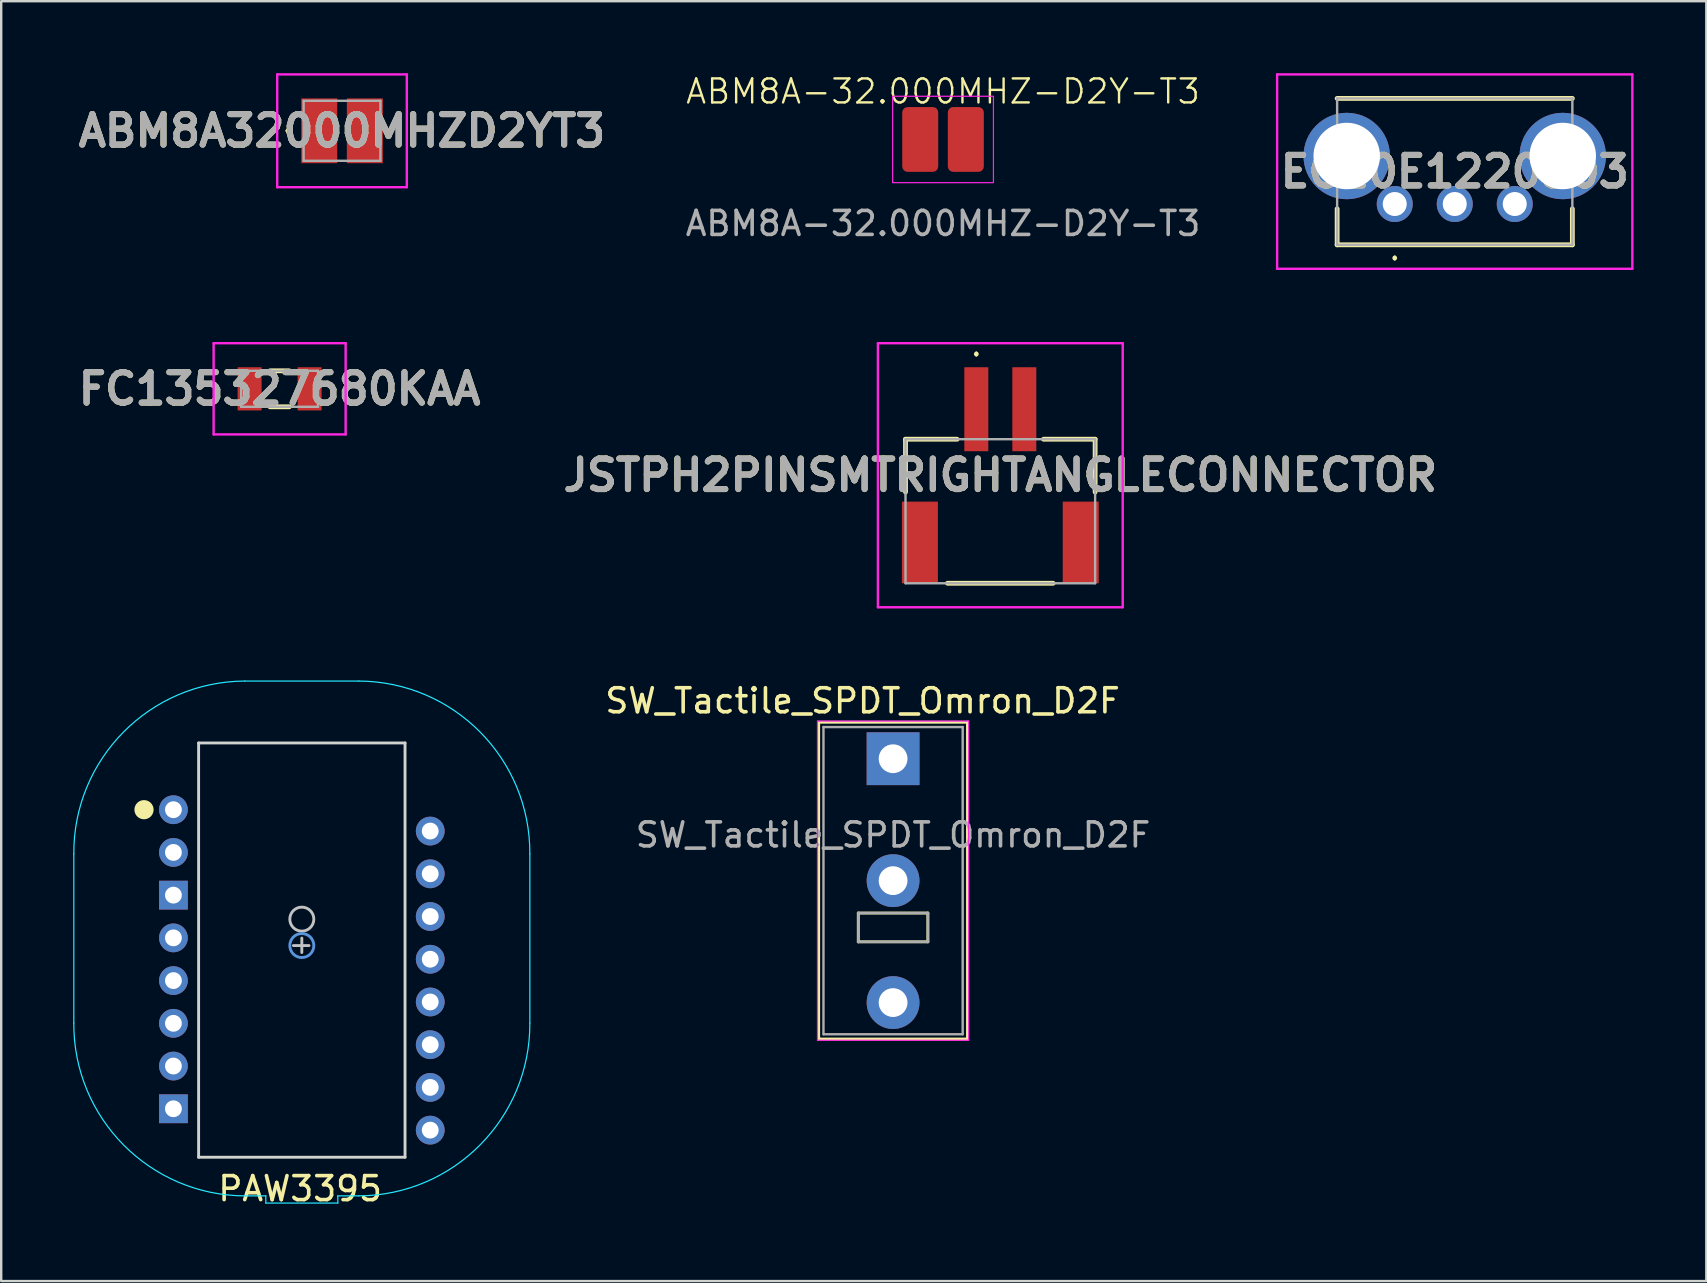
<source format=kicad_pcb>
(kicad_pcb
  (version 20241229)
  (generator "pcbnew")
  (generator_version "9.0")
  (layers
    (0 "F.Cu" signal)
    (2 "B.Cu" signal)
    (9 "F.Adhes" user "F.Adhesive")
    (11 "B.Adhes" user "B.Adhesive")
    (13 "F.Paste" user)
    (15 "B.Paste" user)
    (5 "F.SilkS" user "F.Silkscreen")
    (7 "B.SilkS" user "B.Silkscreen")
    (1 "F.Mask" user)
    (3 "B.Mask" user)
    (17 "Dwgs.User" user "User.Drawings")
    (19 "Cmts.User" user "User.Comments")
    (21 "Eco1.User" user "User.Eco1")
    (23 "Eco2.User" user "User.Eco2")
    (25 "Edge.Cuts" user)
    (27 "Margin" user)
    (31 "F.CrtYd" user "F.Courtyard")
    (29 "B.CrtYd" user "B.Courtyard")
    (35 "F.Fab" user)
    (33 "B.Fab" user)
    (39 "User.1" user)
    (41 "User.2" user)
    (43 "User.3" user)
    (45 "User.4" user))
  (footprint "JSTPH2PINSMTRIGHTANGLECONNECTOR"
    (layer "F.Cu")
    (at 38.627 18.25)
    (property "Reference" "JSTPH2PINSMTRIGHTANGLECONNECTOR" (at 0 -1.5 0) (layer "F.SilkS") (effects (font (size 1.27 1.27) (thickness 0.254))))
    (attr smd)
    (fp_line (start -3.95 -3) (end -1.8 -3) (stroke (width 0.2) (type solid)) (layer "F.SilkS"))
    (fp_line (start -3.95 -0.8) (end -3.95 -3) (stroke (width 0.2) (type solid)) (layer "F.SilkS"))
    (fp_line (start -2.2 3) (end 2.2 3) (stroke (width 0.2) (type solid)) (layer "F.SilkS"))
    (fp_line (start -1 -6.6) (end -1 -6.6) (stroke (width 0.1) (type solid)) (layer "F.SilkS"))
    (fp_line (start -1 -6.5) (end -1 -6.5) (stroke (width 0.1) (type solid)) (layer "F.SilkS"))
    (fp_line (start 1.8 -3) (end 3.95 -3) (stroke (width 0.2) (type solid)) (layer "F.SilkS"))
    (fp_line (start 3.95 -3) (end 3.95 -0.8) (stroke (width 0.2) (type solid)) (layer "F.SilkS"))
    (fp_arc (start -1 -6.6) (mid -0.95 -6.55) (end -1 -6.5) (stroke (width 0.1) (type solid)) (layer "F.SilkS"))
    (fp_arc (start -1 -6.5) (mid -1.05 -6.55) (end -1 -6.6) (stroke (width 0.1) (type solid)) (layer "F.SilkS"))
    (fp_line (start -5.1 -7) (end 5.1 -7) (stroke (width 0.1) (type solid)) (layer "F.CrtYd"))
    (fp_line (start -5.1 4) (end -5.1 -7) (stroke (width 0.1) (type solid)) (layer "F.CrtYd"))
    (fp_line (start 5.1 -7) (end 5.1 4) (stroke (width 0.1) (type solid)) (layer "F.CrtYd"))
    (fp_line (start 5.1 4) (end -5.1 4) (stroke (width 0.1) (type solid)) (layer "F.CrtYd"))
    (fp_line (start -3.95 -3) (end -3.95 3) (stroke (width 0.1) (type solid)) (layer "F.Fab"))
    (fp_line (start -3.95 3) (end 3.95 3) (stroke (width 0.1) (type solid)) (layer "F.Fab"))
    (fp_line (start 3.95 -3) (end -3.95 -3) (stroke (width 0.1) (type solid)) (layer "F.Fab"))
    (fp_line (start 3.95 3) (end 3.95 -3) (stroke (width 0.1) (type solid)) (layer "F.Fab"))
    (fp_text user "${REFERENCE}" (at 0 -1.5 0) (layer "F.Fab") (effects (font (size 1.27 1.27) (thickness 0.254))))
    (pad "1" smd rect (at -1 -4.25) (size 1 3.5) (layers "F.Cu" "F.Mask" "F.Paste"))
    (pad "2" smd rect (at 1 -4.25) (size 1 3.5) (layers "F.Cu" "F.Mask" "F.Paste"))
    (pad "MP1" smd rect (at -3.35 1.3) (size 1.5 3.4) (layers "F.Cu" "F.Mask" "F.Paste"))
    (pad "MP2" smd rect (at 3.35 1.3) (size 1.5 3.4) (layers "F.Cu" "F.Mask" "F.Paste")))
  (footprint "EC10E1220503"
    (layer "F.Cu")
    (at 55.06 5.45)
    (property "Reference" "EC10E1220503" (at 2.5 -1.35 0) (layer "F.SilkS") (effects (font (size 1.27 1.27) (thickness 0.254))))
    (attr through_hole)
    (fp_line (start -2.4 -4.4) (end 7.4 -4.4) (stroke (width 0.2) (type solid)) (layer "F.SilkS"))
    (fp_line (start -2.4 0.2) (end -2.4 1.7) (stroke (width 0.2) (type solid)) (layer "F.SilkS"))
    (fp_line (start -2.4 1.7) (end 7.4 1.7) (stroke (width 0.2) (type solid)) (layer "F.SilkS"))
    (fp_line (start 0 2.2) (end 0 2.2) (stroke (width 0.1) (type solid)) (layer "F.SilkS"))
    (fp_line (start 0 2.3) (end 0 2.3) (stroke (width 0.1) (type solid)) (layer "F.SilkS"))
    (fp_line (start 7.4 1.7) (end 7.4 0.2) (stroke (width 0.2) (type solid)) (layer "F.SilkS"))
    (fp_arc (start 0 2.2) (mid 0.05 2.25) (end 0 2.3) (stroke (width 0.1) (type solid)) (layer "F.SilkS"))
    (fp_arc (start 0 2.3) (mid -0.05 2.25) (end 0 2.2) (stroke (width 0.1) (type solid)) (layer "F.SilkS"))
    (fp_line (start -4.9 -5.4) (end 9.9 -5.4) (stroke (width 0.1) (type solid)) (layer "F.CrtYd"))
    (fp_line (start -4.9 2.7) (end -4.9 -5.4) (stroke (width 0.1) (type solid)) (layer "F.CrtYd"))
    (fp_line (start 9.9 -5.4) (end 9.9 2.7) (stroke (width 0.1) (type solid)) (layer "F.CrtYd"))
    (fp_line (start 9.9 2.7) (end -4.9 2.7) (stroke (width 0.1) (type solid)) (layer "F.CrtYd"))
    (fp_line (start -2.4 -4.4) (end -2.4 1.7) (stroke (width 0.1) (type solid)) (layer "F.Fab"))
    (fp_line (start -2.4 1.7) (end 7.4 1.7) (stroke (width 0.1) (type solid)) (layer "F.Fab"))
    (fp_line (start 7.4 -4.4) (end -2.4 -4.4) (stroke (width 0.1) (type solid)) (layer "F.Fab"))
    (fp_line (start 7.4 1.7) (end 7.4 -4.4) (stroke (width 0.1) (type solid)) (layer "F.Fab"))
    (fp_text user "${REFERENCE}" (at 2.5 -1.35 0) (layer "F.Fab") (effects (font (size 1.27 1.27) (thickness 0.254))))
    (pad "A" thru_hole circle (at 0 0) (size 1.5 1.5) (drill 1) (layers "*.Cu" "*.Mask"))
    (pad "B" thru_hole circle (at 2.5 0) (size 1.5 1.5) (drill 1) (layers "*.Cu" "*.Mask"))
    (pad "C" thru_hole circle (at 5 0) (size 1.5 1.5) (drill 1) (layers "*.Cu" "*.Mask"))
    (pad "MH1" thru_hole circle (at -2 -2) (size 3.6 3.6) (drill 2.77) (layers "*.Cu" "*.Mask"))
    (pad "MH2" thru_hole circle (at 7 -2) (size 3.6 3.6) (drill 2.77) (layers "*.Cu" "*.Mask")))
  (footprint "ABM8A-32.000MHZ-D2Y-T3"
    (layer "F.Cu")
    (at 36.24 2.76)
    (property "Reference" "ABM8A-32.000MHZ-D2Y-T3" (at 0 -2 0) (unlocked yes) (layer "F.SilkS") (effects (font (size 1 1) (thickness 0.1))))
    (attr smd)
    (fp_rect (start -2.1 -1.8) (end 2.1 1.8) (stroke (width 0.05) (type solid)) (fill no) (layer "F.CrtYd"))
    (fp_text user "${REFERENCE}" (at 0 3.5 0) (unlocked yes) (layer "F.Fab") (effects (font (size 1 1) (thickness 0.15))))
    (pad "1" smd roundrect (at -0.95 0) (size 1.5 2.7) (layers "F.Cu" "F.Mask" "F.Paste") (roundrect_rratio 0.15))
    (pad "2" smd roundrect (at 0.95 0) (size 1.5 2.7) (layers "F.Cu" "F.Mask" "F.Paste") (roundrect_rratio 0.15)))
  (footprint "SW_Tactile_SPDT_Omron_D2F"
    (layer "F.Cu")
    (at 34.159 28.561)
    (property "Reference" "SW_Tactile_SPDT_Omron_D2F" (at -1.27 -2.413 0) (unlocked yes) (layer "F.SilkS") (effects (font (size 1 1) (thickness 0.15))))
    (attr through_hole)
    (fp_line (start -3.1 -1.52) (end -3.1 11.68) (stroke (width 0.12) (type solid)) (layer "F.SilkS"))
    (fp_line (start -3.1 -1.52) (end 3.1 -1.52) (stroke (width 0.12) (type solid)) (layer "F.SilkS"))
    (fp_line (start -3.1 11.68) (end 3.1 11.68) (stroke (width 0.12) (type solid)) (layer "F.SilkS"))
    (fp_line (start -1.45 6.43) (end 1.45 6.43) (stroke (width 0.12) (type solid)) (layer "F.SilkS"))
    (fp_line (start -1.45 7.63) (end -1.45 6.43) (stroke (width 0.12) (type solid)) (layer "F.SilkS"))
    (fp_line (start 1.45 6.43) (end 1.45 7.63) (stroke (width 0.12) (type solid)) (layer "F.SilkS"))
    (fp_line (start 1.45 7.63) (end -1.45 7.63) (stroke (width 0.12) (type solid)) (layer "F.SilkS"))
    (fp_line (start 3.1 -1.52) (end 3.1 11.68) (stroke (width 0.12) (type solid)) (layer "F.SilkS"))
    (fp_line (start -3.15 -1.57) (end -3.15 11.73) (stroke (width 0.05) (type solid)) (layer "F.CrtYd"))
    (fp_line (start -3.15 -1.57) (end 3.15 -1.57) (stroke (width 0.05) (type solid)) (layer "F.CrtYd"))
    (fp_line (start -3.15 11.73) (end 3.15 11.73) (stroke (width 0.05) (type solid)) (layer "F.CrtYd"))
    (fp_line (start 3.15 -1.57) (end 3.15 11.73) (stroke (width 0.05) (type solid)) (layer "F.CrtYd"))
    (fp_line (start -2.9 -1.32) (end 2.9 -1.32) (stroke (width 0.1) (type solid)) (layer "F.Fab"))
    (fp_line (start -2.9 11.48) (end -2.9 -1.32) (stroke (width 0.1) (type solid)) (layer "F.Fab"))
    (fp_line (start -1.45 6.43) (end 1.45 6.43) (stroke (width 0.1) (type solid)) (layer "F.Fab"))
    (fp_line (start -1.45 7.63) (end -1.45 6.43) (stroke (width 0.1) (type solid)) (layer "F.Fab"))
    (fp_line (start 1.45 6.43) (end 1.45 7.63) (stroke (width 0.1) (type solid)) (layer "F.Fab"))
    (fp_line (start 1.45 7.63) (end -1.45 7.63) (stroke (width 0.1) (type solid)) (layer "F.Fab"))
    (fp_line (start 2.9 -1.32) (end 2.9 11.48) (stroke (width 0.1) (type solid)) (layer "F.Fab"))
    (fp_line (start 2.9 11.48) (end -2.9 11.48) (stroke (width 0.1) (type solid)) (layer "F.Fab"))
    (fp_text user "${REFERENCE}" (at 0 3.175 0) (unlocked yes) (layer "F.Fab") (effects (font (size 1 1) (thickness 0.15))))
    (pad "1" thru_hole rect (at 0 0 180) (size 2.2 2.2) (drill 1.2) (layers "*.Cu" "*.Mask"))
    (pad "2" thru_hole circle (at 0 10.16 180) (size 2.2 2.2) (drill 1.2) (layers "*.Cu" "*.Mask"))
    (pad "3" thru_hole circle (at 0 5.08 180) (size 2.2 2.2) (drill 1.2) (layers "*.Cu" "*.Mask")))
  (footprint "ABM8A32000MHZD2YT3"
    (layer "F.Cu")
    (at 11.2 2.4)
    (property "Reference" "ABM8A32000MHZD2YT3" (at 0 0 0) (layer "F.SilkS") (effects (font (size 1.27 1.27) (thickness 0.254))))
    (attr smd)
    (fp_line (start -2.3 0) (end -2.3 0) (stroke (width 0.1) (type solid)) (layer "F.SilkS"))
    (fp_line (start -2.2 0) (end -2.2 0) (stroke (width 0.1) (type solid)) (layer "F.SilkS"))
    (fp_arc (start -2.3 0) (mid -2.25 -0.05) (end -2.2 0) (stroke (width 0.1) (type solid)) (layer "F.SilkS"))
    (fp_arc (start -2.2 0) (mid -2.25 0.05) (end -2.3 0) (stroke (width 0.1) (type solid)) (layer "F.SilkS"))
    (fp_line (start -2.7 -2.35) (end 2.7 -2.35) (stroke (width 0.1) (type solid)) (layer "F.CrtYd"))
    (fp_line (start -2.7 2.35) (end -2.7 -2.35) (stroke (width 0.1) (type solid)) (layer "F.CrtYd"))
    (fp_line (start 2.7 -2.35) (end 2.7 2.35) (stroke (width 0.1) (type solid)) (layer "F.CrtYd"))
    (fp_line (start 2.7 2.35) (end -2.7 2.35) (stroke (width 0.1) (type solid)) (layer "F.CrtYd"))
    (fp_line (start -1.6 -1.25) (end -1.6 1.25) (stroke (width 0.1) (type solid)) (layer "F.Fab"))
    (fp_line (start -1.6 1.25) (end 1.6 1.25) (stroke (width 0.1) (type solid)) (layer "F.Fab"))
    (fp_line (start 1.6 -1.25) (end -1.6 -1.25) (stroke (width 0.1) (type solid)) (layer "F.Fab"))
    (fp_line (start 1.6 1.25) (end 1.6 -1.25) (stroke (width 0.1) (type solid)) (layer "F.Fab"))
    (fp_text user "${REFERENCE}" (at 0 0 0) (layer "F.Fab") (effects (font (size 1.27 1.27) (thickness 0.254))))
    (pad "1" smd rect (at -0.95 0) (size 1.5 2.7) (layers "F.Cu" "F.Mask" "F.Paste"))
    (pad "2" smd rect (at 0.95 0) (size 1.5 2.7) (layers "F.Cu" "F.Mask" "F.Paste")))
  (footprint "PAW3395"
    (layer "F.Cu")
    (at 4.175 30.685)
    (property "Reference" "PAW3395" (at 5.28 15.79 0) (layer "F.SilkS") (effects (font (size 1 1) (thickness 0.15))))
    (attr through_hole)
    (fp_circle (center -1.225 0) (end -1.025 0) (stroke (width 0.4) (type solid)) (fill no) (layer "F.SilkS"))
    (fp_line (start 5 5.66) (end 5.65 5.66) (stroke (width 0.12) (type solid)) (layer "Dwgs.User"))
    (fp_line (start 5.35 5.35) (end 5.35 5.95) (stroke (width 0.12) (type solid)) (layer "Dwgs.User"))
    (fp_circle (center 5.35 4.56) (end 5.85 4.56) (stroke (width 0.12) (type solid)) (fill no) (layer "Dwgs.User"))
    (fp_circle (center 5.35 5.66) (end 5.85 5.66) (stroke (width 0.12) (type solid)) (fill no) (layer "Cmts.User"))
    (fp_line (start 1.05 -2.78) (end 1.05 14.48) (stroke (width 0.12) (type solid)) (layer "Edge.Cuts"))
    (fp_line (start 1.05 -2.78) (end 9.65 -2.78) (stroke (width 0.12) (type solid)) (layer "Edge.Cuts"))
    (fp_line (start 1.05 14.48) (end 9.65 14.48) (stroke (width 0.12) (type solid)) (layer "Edge.Cuts"))
    (fp_line (start 9.65 -2.78) (end 9.65 14.48) (stroke (width 0.12) (type solid)) (layer "Edge.Cuts"))
    (fp_line (start -4.15 1.84) (end -4.15 8.89) (stroke (width 0.05) (type solid)) (layer "B.CrtYd"))
    (fp_line (start 2.975 -5.36) (end 7.725 -5.36) (stroke (width 0.05) (type solid)) (layer "B.CrtYd"))
    (fp_line (start 2.975 16.09) (end 3.85 16.09) (stroke (width 0.05) (type solid)) (layer "B.CrtYd"))
    (fp_line (start 3.85 16.09) (end 3.85 16.39) (stroke (width 0.05) (type solid)) (layer "B.CrtYd"))
    (fp_line (start 3.85 16.39) (end 6.85 16.39) (stroke (width 0.05) (type solid)) (layer "B.CrtYd"))
    (fp_line (start 6.85 16.09) (end 6.85 16.39) (stroke (width 0.05) (type solid)) (layer "B.CrtYd"))
    (fp_line (start 6.85 16.09) (end 7.725 16.09) (stroke (width 0.05) (type solid)) (layer "B.CrtYd"))
    (fp_line (start 14.85 1.84) (end 14.85 8.89) (stroke (width 0.05) (type solid)) (layer "B.CrtYd"))
    (fp_arc (start -4.15 1.84) (mid -2.078669 -3.235636) (end 2.975 -5.36) (stroke (width 0.05) (type solid)) (layer "B.CrtYd"))
    (fp_arc (start 2.975 16.09) (mid -2.078669 13.965636) (end -4.15 8.89) (stroke (width 0.05) (type solid)) (layer "B.CrtYd"))
    (fp_arc (start 7.725 -5.36) (mid 12.778669 -3.235636) (end 14.85 1.84) (stroke (width 0.05) (type solid)) (layer "B.CrtYd"))
    (fp_arc (start 14.85 8.89) (mid 12.778669 13.965636) (end 7.725 16.09) (stroke (width 0.05) (type solid)) (layer "B.CrtYd"))
    (pad "1" thru_hole circle (at 0 0) (size 1.2 1.2) (drill 0.7) (layers "*.Cu" "*.Mask"))
    (pad "2" thru_hole circle (at 0 1.78) (size 1.2 1.2) (drill 0.7) (layers "*.Cu" "*.Mask"))
    (pad "3" thru_hole rect (at 0 3.56) (size 1.2 1.2) (drill 0.7) (layers "*.Cu" "*.Mask"))
    (pad "4" thru_hole circle (at 0 5.34) (size 1.2 1.2) (drill 0.7) (layers "*.Cu" "*.Mask"))
    (pad "5" thru_hole circle (at 0 7.12) (size 1.2 1.2) (drill 0.7) (layers "*.Cu" "*.Mask"))
    (pad "6" thru_hole circle (at 0 8.9) (size 1.2 1.2) (drill 0.7) (layers "*.Cu" "*.Mask"))
    (pad "7" thru_hole circle (at 0 10.68) (size 1.2 1.2) (drill 0.7) (layers "*.Cu" "*.Mask"))
    (pad "8" thru_hole rect (at 0 12.46) (size 1.2 1.2) (drill 0.7) (layers "*.Cu" "*.Mask"))
    (pad "9" thru_hole circle (at 10.7 13.35) (size 1.2 1.2) (drill 0.7) (layers "*.Cu" "*.Mask"))
    (pad "10" thru_hole circle (at 10.7 11.57) (size 1.2 1.2) (drill 0.7) (layers "*.Cu" "*.Mask"))
    (pad "11" thru_hole circle (at 10.7 9.79) (size 1.2 1.2) (drill 0.7) (layers "*.Cu" "*.Mask"))
    (pad "12" thru_hole circle (at 10.7 8.01) (size 1.2 1.2) (drill 0.7) (layers "*.Cu" "*.Mask"))
    (pad "13" thru_hole circle (at 10.7 6.23) (size 1.2 1.2) (drill 0.7) (layers "*.Cu" "*.Mask"))
    (pad "14" thru_hole circle (at 10.7 4.45) (size 1.2 1.2) (drill 0.7) (layers "*.Cu" "*.Mask"))
    (pad "15" thru_hole circle (at 10.7 2.67) (size 1.2 1.2) (drill 0.7) (layers "*.Cu" "*.Mask"))
    (pad "16" thru_hole circle (at 10.7 0.89) (size 1.2 1.2) (drill 0.7) (layers "*.Cu" "*.Mask")))
  (footprint "FC135327680KAA"
    (layer "F.Cu")
    (at 8.6 13.15)
    (property "Reference" "FC135327680KAA" (at 0 0 0) (layer "F.SilkS") (effects (font (size 1.27 1.27) (thickness 0.254))))
    (attr smd)
    (fp_line (start -0.4 -0.75) (end 0.4 -0.75) (stroke (width 0.2) (type solid)) (layer "F.SilkS"))
    (fp_line (start -0.4 0.75) (end 0.4 0.75) (stroke (width 0.2) (type solid)) (layer "F.SilkS"))
    (fp_line (start -2.75 -1.9) (end 2.75 -1.9) (stroke (width 0.1) (type solid)) (layer "F.CrtYd"))
    (fp_line (start -2.75 1.9) (end -2.75 -1.9) (stroke (width 0.1) (type solid)) (layer "F.CrtYd"))
    (fp_line (start 2.75 -1.9) (end 2.75 1.9) (stroke (width 0.1) (type solid)) (layer "F.CrtYd"))
    (fp_line (start 2.75 1.9) (end -2.75 1.9) (stroke (width 0.1) (type solid)) (layer "F.CrtYd"))
    (fp_line (start -1.6 -0.75) (end 1.6 -0.75) (stroke (width 0.1) (type solid)) (layer "F.Fab"))
    (fp_line (start -1.6 0.75) (end -1.6 -0.75) (stroke (width 0.1) (type solid)) (layer "F.Fab"))
    (fp_line (start 1.6 -0.75) (end 1.6 0.75) (stroke (width 0.1) (type solid)) (layer "F.Fab"))
    (fp_line (start 1.6 0.75) (end -1.6 0.75) (stroke (width 0.1) (type solid)) (layer "F.Fab"))
    (fp_text user "${REFERENCE}" (at 0 0 0) (layer "F.Fab") (effects (font (size 1.27 1.27) (thickness 0.254))))
    (pad "1" smd rect (at -1.25 0) (size 1 1.8) (layers "F.Cu" "F.Mask" "F.Paste"))
    (pad "2" smd rect (at 1.25 0) (size 1 1.8) (layers "F.Cu" "F.Mask" "F.Paste")))
  (gr_rect
    (start -3 -3)
    (end 68.041 50.323)
    (stroke (width 0.1) (type default))
    (fill no)
    (layer "Edge.Cuts")))
</source>
